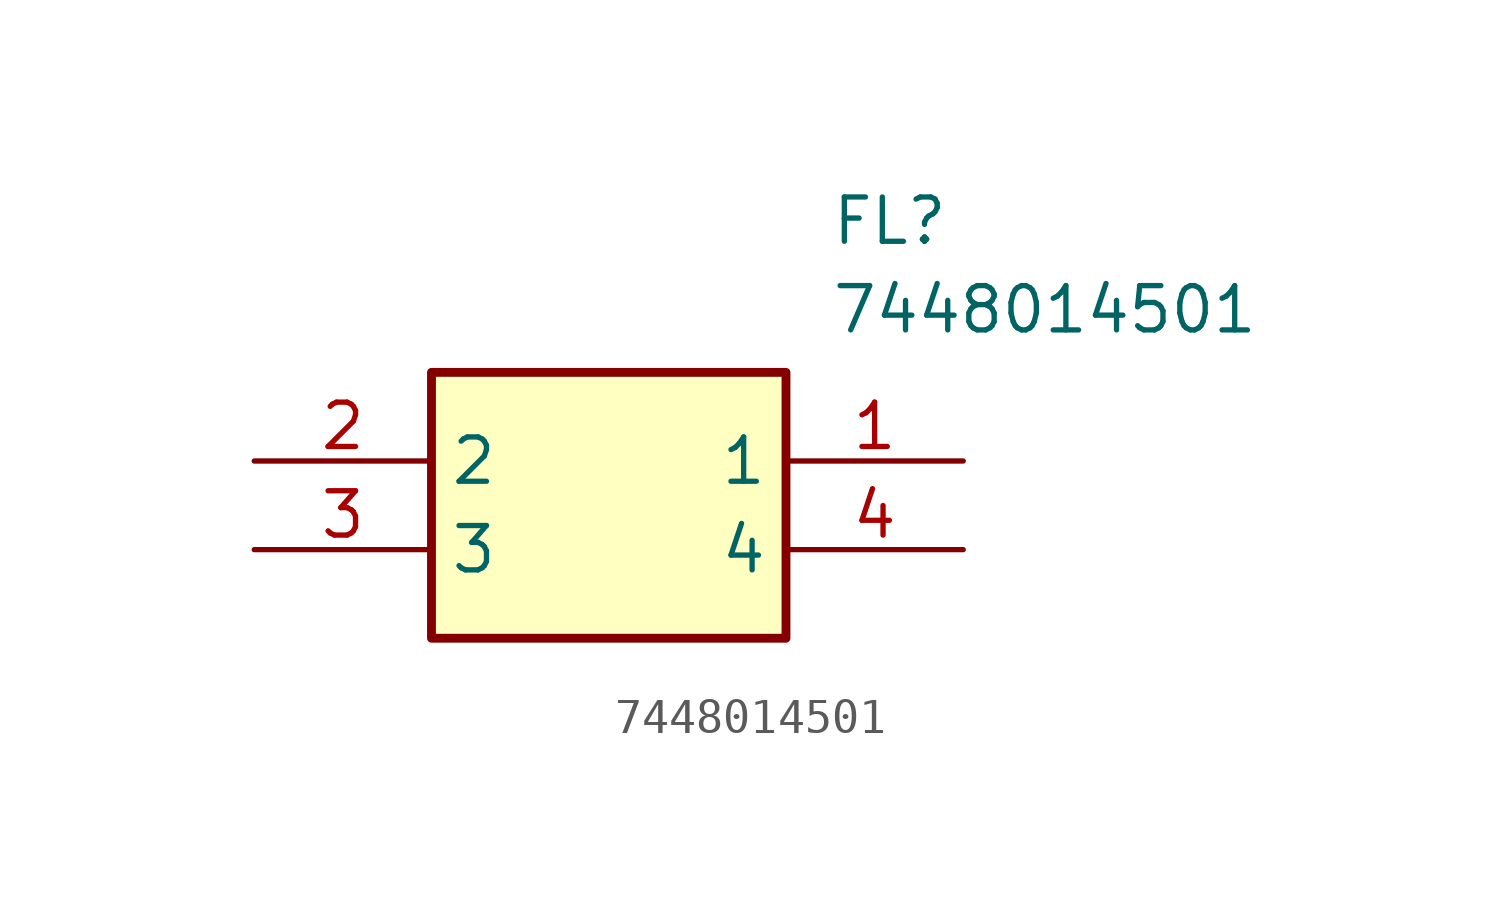
<source format=kicad_sym>
(kicad_symbol_lib
  (version 20211014)
  (generator SamacSys_ECAD_Model)
  (symbol "7448014501"
    (property "Reference" "FL"
      (at 16.51 7.62 0)
      (effects (font (size 1.27 1.27)) (justify left top)))
    (property "Value" "7448014501"
      (at 16.51 5.08 0)
      (effects (font (size 1.27 1.27)) (justify left top)))
    (rectangle
      (start 5.08 2.54)
      (end 15.24 -5.08)
      (stroke (width 0.254) (type default))
      (fill (type background)))
    (pin passive line
      (at 20.32 0 180)
      (length 5.08)
      (name "1" (effects (font (size 1.27 1.27))))
      (number "1" (effects (font (size 1.27 1.27)))))
    (pin passive line
      (at 0 0 0)
      (length 5.08)
      (name "2" (effects (font (size 1.27 1.27))))
      (number "2" (effects (font (size 1.27 1.27)))))
    (pin passive line
      (at 0 -2.54 0)
      (length 5.08)
      (name "3" (effects (font (size 1.27 1.27))))
      (number "3" (effects (font (size 1.27 1.27)))))
    (pin passive line
      (at 20.32 -2.54 180)
      (length 5.08)
      (name "4" (effects (font (size 1.27 1.27))))
      (number "4" (effects (font (size 1.27 1.27)))))))
</source>
